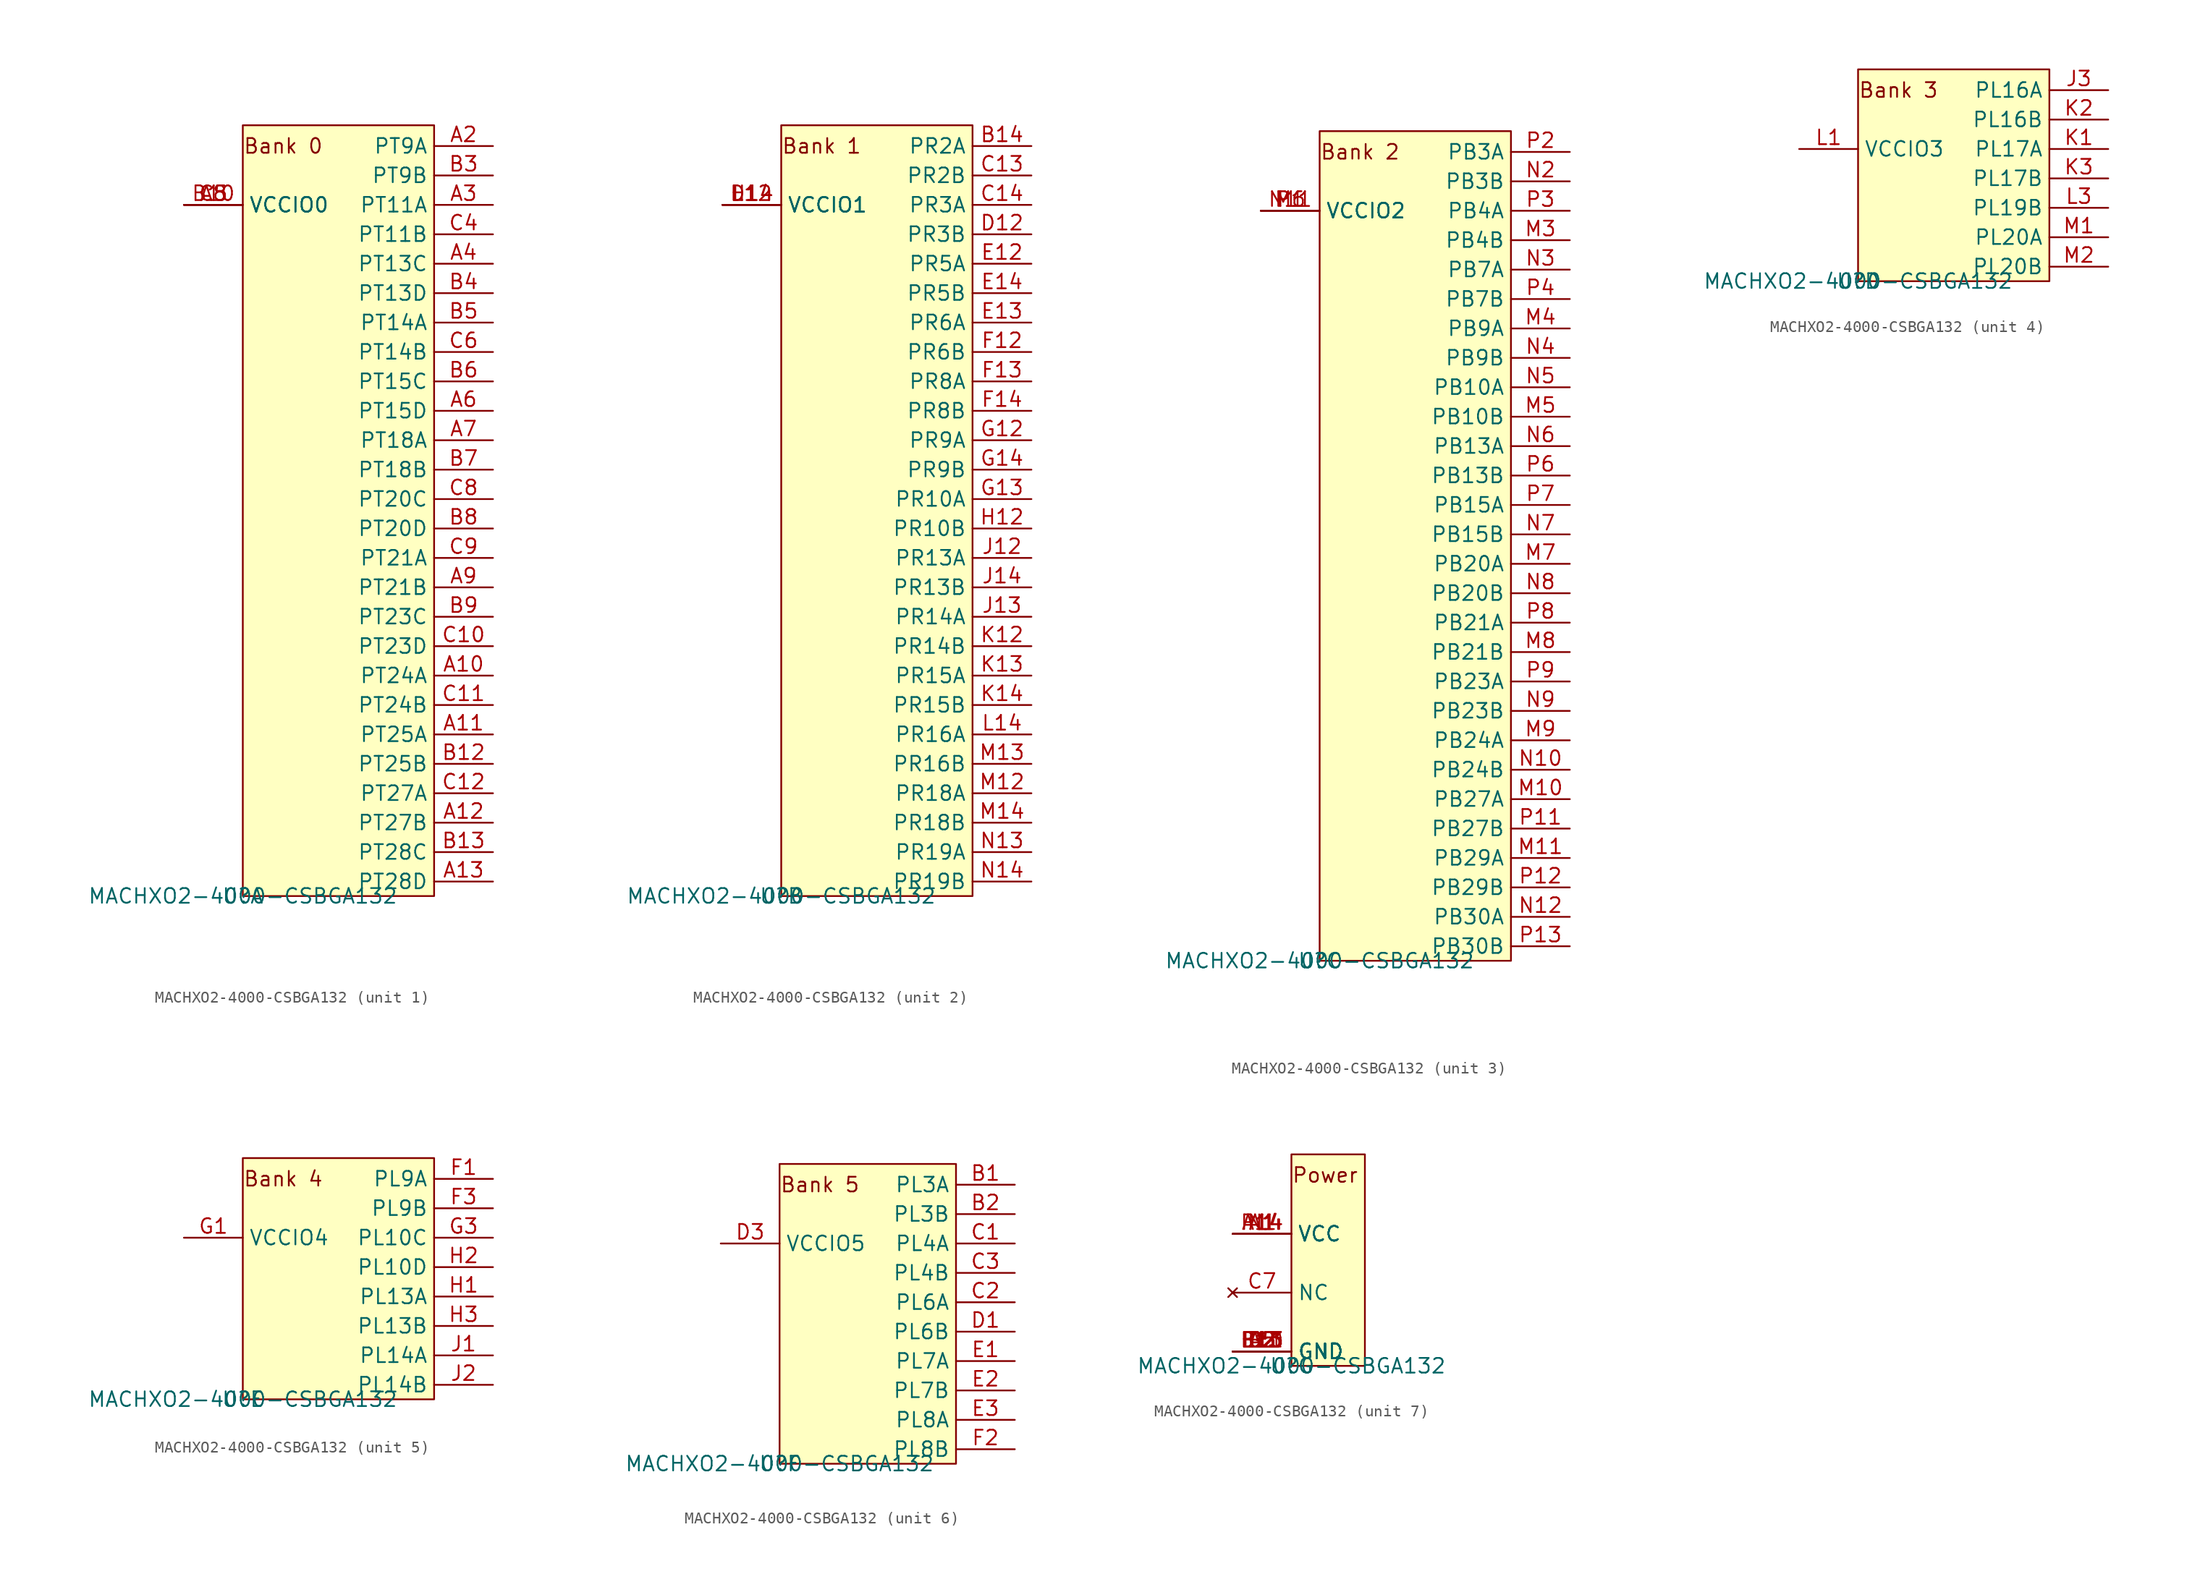
<source format=kicad_sym>
(kicad_symbol_lib
  (version 20211014)
  (generator kicad_symbol_editor)
  (symbol "MACHXO2-4000-CSBGA132"
    (property "Reference" "U"
      (at 0 0 0)
      (effects (font (size 1.27 1.27))))
    (property "Value" "MACHXO2-4000-CSBGA132"
      (at 0 0 0)
      (effects (font (size 1.27 1.27))))
    (property "ki_locked" ""
      (at 0 0 0)
      (effects (font (size 1.27 1.27))))
    (symbol "MACHXO2-4000-CSBGA132_1_0"
      (pin power_in line (at -5.08 59.674 0) (length 5.08) (name "VCCIO0" (effects (font (size 1.27 1.27)))) (number "B10" (effects (font (size 1.27 1.27)))))
      (pin power_in line (at -5.08 59.674 0) (length 5.08) (name "VCCIO0" (effects (font (size 1.27 1.27)))) (number "A8" (effects (font (size 1.27 1.27)))))
      (pin power_in line (at -5.08 59.674 0) (length 5.08) (name "VCCIO0" (effects (font (size 1.27 1.27)))) (number "C5" (effects (font (size 1.27 1.27)))))
      (pin bidirectional line (at 21.59 64.754 180) (length 5.08) (name "PT9A" (effects (font (size 1.27 1.27)))) (number "A2" (effects (font (size 1.27 1.27)))))
      (pin bidirectional line (at 21.59 62.214 180) (length 5.08) (name "PT9B" (effects (font (size 1.27 1.27)))) (number "B3" (effects (font (size 1.27 1.27)))))
      (pin bidirectional line (at 21.59 59.674 180) (length 5.08) (name "PT11A" (effects (font (size 1.27 1.27)))) (number "A3" (effects (font (size 1.27 1.27)))))
      (pin bidirectional line (at 21.59 57.134 180) (length 5.08) (name "PT11B" (effects (font (size 1.27 1.27)))) (number "C4" (effects (font (size 1.27 1.27)))))
      (pin bidirectional line (at 21.59 54.594 180) (length 5.08) (name "PT13C" (effects (font (size 1.27 1.27)))) (number "A4" (effects (font (size 1.27 1.27)))))
      (pin bidirectional line (at 21.59 52.054 180) (length 5.08) (name "PT13D" (effects (font (size 1.27 1.27)))) (number "B4" (effects (font (size 1.27 1.27)))))
      (pin bidirectional line (at 21.59 49.514 180) (length 5.08) (name "PT14A" (effects (font (size 1.27 1.27)))) (number "B5" (effects (font (size 1.27 1.27)))))
      (pin bidirectional line (at 21.59 46.974 180) (length 5.08) (name "PT14B" (effects (font (size 1.27 1.27)))) (number "C6" (effects (font (size 1.27 1.27)))))
      (pin bidirectional line (at 21.59 44.434 180) (length 5.08) (name "PT15C" (effects (font (size 1.27 1.27)))) (number "B6" (effects (font (size 1.27 1.27)))))
      (pin bidirectional line (at 21.59 41.894 180) (length 5.08) (name "PT15D" (effects (font (size 1.27 1.27)))) (number "A6" (effects (font (size 1.27 1.27)))))
      (pin bidirectional line (at 21.59 39.354 180) (length 5.08) (name "PT18A" (effects (font (size 1.27 1.27)))) (number "A7" (effects (font (size 1.27 1.27)))))
      (pin bidirectional line (at 21.59 36.814 180) (length 5.08) (name "PT18B" (effects (font (size 1.27 1.27)))) (number "B7" (effects (font (size 1.27 1.27)))))
      (pin bidirectional line (at 21.59 34.274 180) (length 5.08) (name "PT20C" (effects (font (size 1.27 1.27)))) (number "C8" (effects (font (size 1.27 1.27)))))
      (pin bidirectional line (at 21.59 31.734 180) (length 5.08) (name "PT20D" (effects (font (size 1.27 1.27)))) (number "B8" (effects (font (size 1.27 1.27)))))
      (pin bidirectional line (at 21.59 29.194 180) (length 5.08) (name "PT21A" (effects (font (size 1.27 1.27)))) (number "C9" (effects (font (size 1.27 1.27)))))
      (pin bidirectional line (at 21.59 26.654 180) (length 5.08) (name "PT21B" (effects (font (size 1.27 1.27)))) (number "A9" (effects (font (size 1.27 1.27)))))
      (pin bidirectional line (at 21.59 24.114 180) (length 5.08) (name "PT23C" (effects (font (size 1.27 1.27)))) (number "B9" (effects (font (size 1.27 1.27)))))
      (pin bidirectional line (at 21.59 21.574 180) (length 5.08) (name "PT23D" (effects (font (size 1.27 1.27)))) (number "C10" (effects (font (size 1.27 1.27)))))
      (pin bidirectional line (at 21.59 19.034 180) (length 5.08) (name "PT24A" (effects (font (size 1.27 1.27)))) (number "A10" (effects (font (size 1.27 1.27)))))
      (pin bidirectional line (at 21.59 16.494 180) (length 5.08) (name "PT24B" (effects (font (size 1.27 1.27)))) (number "C11" (effects (font (size 1.27 1.27)))))
      (pin bidirectional line (at 21.59 13.954 180) (length 5.08) (name "PT25A" (effects (font (size 1.27 1.27)))) (number "A11" (effects (font (size 1.27 1.27)))))
      (pin bidirectional line (at 21.59 11.414 180) (length 5.08) (name "PT25B" (effects (font (size 1.27 1.27)))) (number "B12" (effects (font (size 1.27 1.27)))))
      (pin bidirectional line (at 21.59 8.874 180) (length 5.08) (name "PT27A" (effects (font (size 1.27 1.27)))) (number "C12" (effects (font (size 1.27 1.27)))))
      (pin bidirectional line (at 21.59 6.334 180) (length 5.08) (name "PT27B" (effects (font (size 1.27 1.27)))) (number "A12" (effects (font (size 1.27 1.27)))))
      (pin bidirectional line (at 21.59 3.794 180) (length 5.08) (name "PT28C" (effects (font (size 1.27 1.27)))) (number "B13" (effects (font (size 1.27 1.27)))))
      (pin bidirectional line (at 21.59 1.254 180) (length 5.08) (name "PT28D" (effects (font (size 1.27 1.27)))) (number "A13" (effects (font (size 1.27 1.27))))))
    (symbol "MACHXO2-4000-CSBGA132_1_1"
      (rectangle (start 0 0) (end 16.51 66.548) (stroke (width 0) (type default) (color 0 0 0 0)) (fill (type background)))
      (text "Bank 0" (at 0 64.754 0) (effects (font (size 1.27 1.27)) (justify left))))
    (symbol "MACHXO2-4000-CSBGA132_2_0"
      (pin power_in line (at -5.08 59.674 0) (length 5.08) (name "VCCIO1" (effects (font (size 1.27 1.27)))) (number "L12" (effects (font (size 1.27 1.27)))))
      (pin power_in line (at -5.08 59.674 0) (length 5.08) (name "VCCIO1" (effects (font (size 1.27 1.27)))) (number "H14" (effects (font (size 1.27 1.27)))))
      (pin power_in line (at -5.08 59.674 0) (length 5.08) (name "VCCIO1" (effects (font (size 1.27 1.27)))) (number "D14" (effects (font (size 1.27 1.27)))))
      (pin bidirectional line (at 21.59 64.754 180) (length 5.08) (name "PR2A" (effects (font (size 1.27 1.27)))) (number "B14" (effects (font (size 1.27 1.27)))))
      (pin bidirectional line (at 21.59 62.214 180) (length 5.08) (name "PR2B" (effects (font (size 1.27 1.27)))) (number "C13" (effects (font (size 1.27 1.27)))))
      (pin bidirectional line (at 21.59 59.674 180) (length 5.08) (name "PR3A" (effects (font (size 1.27 1.27)))) (number "C14" (effects (font (size 1.27 1.27)))))
      (pin bidirectional line (at 21.59 57.134 180) (length 5.08) (name "PR3B" (effects (font (size 1.27 1.27)))) (number "D12" (effects (font (size 1.27 1.27)))))
      (pin bidirectional line (at 21.59 54.594 180) (length 5.08) (name "PR5A" (effects (font (size 1.27 1.27)))) (number "E12" (effects (font (size 1.27 1.27)))))
      (pin bidirectional line (at 21.59 52.054 180) (length 5.08) (name "PR5B" (effects (font (size 1.27 1.27)))) (number "E14" (effects (font (size 1.27 1.27)))))
      (pin bidirectional line (at 21.59 49.514 180) (length 5.08) (name "PR6A" (effects (font (size 1.27 1.27)))) (number "E13" (effects (font (size 1.27 1.27)))))
      (pin bidirectional line (at 21.59 46.974 180) (length 5.08) (name "PR6B" (effects (font (size 1.27 1.27)))) (number "F12" (effects (font (size 1.27 1.27)))))
      (pin bidirectional line (at 21.59 44.434 180) (length 5.08) (name "PR8A" (effects (font (size 1.27 1.27)))) (number "F13" (effects (font (size 1.27 1.27)))))
      (pin bidirectional line (at 21.59 41.894 180) (length 5.08) (name "PR8B" (effects (font (size 1.27 1.27)))) (number "F14" (effects (font (size 1.27 1.27)))))
      (pin bidirectional line (at 21.59 39.354 180) (length 5.08) (name "PR9A" (effects (font (size 1.27 1.27)))) (number "G12" (effects (font (size 1.27 1.27)))))
      (pin bidirectional line (at 21.59 36.814 180) (length 5.08) (name "PR9B" (effects (font (size 1.27 1.27)))) (number "G14" (effects (font (size 1.27 1.27)))))
      (pin bidirectional line (at 21.59 34.274 180) (length 5.08) (name "PR10A" (effects (font (size 1.27 1.27)))) (number "G13" (effects (font (size 1.27 1.27)))))
      (pin bidirectional line (at 21.59 31.734 180) (length 5.08) (name "PR10B" (effects (font (size 1.27 1.27)))) (number "H12" (effects (font (size 1.27 1.27)))))
      (pin bidirectional line (at 21.59 29.194 180) (length 5.08) (name "PR13A" (effects (font (size 1.27 1.27)))) (number "J12" (effects (font (size 1.27 1.27)))))
      (pin bidirectional line (at 21.59 26.654 180) (length 5.08) (name "PR13B" (effects (font (size 1.27 1.27)))) (number "J14" (effects (font (size 1.27 1.27)))))
      (pin bidirectional line (at 21.59 24.114 180) (length 5.08) (name "PR14A" (effects (font (size 1.27 1.27)))) (number "J13" (effects (font (size 1.27 1.27)))))
      (pin bidirectional line (at 21.59 21.574 180) (length 5.08) (name "PR14B" (effects (font (size 1.27 1.27)))) (number "K12" (effects (font (size 1.27 1.27)))))
      (pin bidirectional line (at 21.59 19.034 180) (length 5.08) (name "PR15A" (effects (font (size 1.27 1.27)))) (number "K13" (effects (font (size 1.27 1.27)))))
      (pin bidirectional line (at 21.59 16.494 180) (length 5.08) (name "PR15B" (effects (font (size 1.27 1.27)))) (number "K14" (effects (font (size 1.27 1.27)))))
      (pin bidirectional line (at 21.59 13.954 180) (length 5.08) (name "PR16A" (effects (font (size 1.27 1.27)))) (number "L14" (effects (font (size 1.27 1.27)))))
      (pin bidirectional line (at 21.59 11.414 180) (length 5.08) (name "PR16B" (effects (font (size 1.27 1.27)))) (number "M13" (effects (font (size 1.27 1.27)))))
      (pin bidirectional line (at 21.59 8.874 180) (length 5.08) (name "PR18A" (effects (font (size 1.27 1.27)))) (number "M12" (effects (font (size 1.27 1.27)))))
      (pin bidirectional line (at 21.59 6.334 180) (length 5.08) (name "PR18B" (effects (font (size 1.27 1.27)))) (number "M14" (effects (font (size 1.27 1.27)))))
      (pin bidirectional line (at 21.59 3.794 180) (length 5.08) (name "PR19A" (effects (font (size 1.27 1.27)))) (number "N13" (effects (font (size 1.27 1.27)))))
      (pin bidirectional line (at 21.59 1.254 180) (length 5.08) (name "PR19B" (effects (font (size 1.27 1.27)))) (number "N14" (effects (font (size 1.27 1.27))))))
    (symbol "MACHXO2-4000-CSBGA132_2_1"
      (rectangle (start 0 0) (end 16.51 66.548) (stroke (width 0) (type default) (color 0 0 0 0)) (fill (type background)))
      (text "Bank 1" (at 0 64.754 0) (effects (font (size 1.27 1.27)) (justify left))))
    (symbol "MACHXO2-4000-CSBGA132_3_0"
      (pin power_in line (at -5.08 64.754 0) (length 5.08) (name "VCCIO2" (effects (font (size 1.27 1.27)))) (number "P1" (effects (font (size 1.27 1.27)))))
      (pin power_in line (at -5.08 64.754 0) (length 5.08) (name "VCCIO2" (effects (font (size 1.27 1.27)))) (number "M6" (effects (font (size 1.27 1.27)))))
      (pin power_in line (at -5.08 64.754 0) (length 5.08) (name "VCCIO2" (effects (font (size 1.27 1.27)))) (number "N11" (effects (font (size 1.27 1.27)))))
      (pin bidirectional line (at 21.59 69.834 180) (length 5.08) (name "PB3A" (effects (font (size 1.27 1.27)))) (number "P2" (effects (font (size 1.27 1.27)))))
      (pin bidirectional line (at 21.59 67.294 180) (length 5.08) (name "PB3B" (effects (font (size 1.27 1.27)))) (number "N2" (effects (font (size 1.27 1.27)))))
      (pin bidirectional line (at 21.59 64.754 180) (length 5.08) (name "PB4A" (effects (font (size 1.27 1.27)))) (number "P3" (effects (font (size 1.27 1.27)))))
      (pin bidirectional line (at 21.59 62.214 180) (length 5.08) (name "PB4B" (effects (font (size 1.27 1.27)))) (number "M3" (effects (font (size 1.27 1.27)))))
      (pin bidirectional line (at 21.59 59.674 180) (length 5.08) (name "PB7A" (effects (font (size 1.27 1.27)))) (number "N3" (effects (font (size 1.27 1.27)))))
      (pin bidirectional line (at 21.59 57.134 180) (length 5.08) (name "PB7B" (effects (font (size 1.27 1.27)))) (number "P4" (effects (font (size 1.27 1.27)))))
      (pin bidirectional line (at 21.59 54.594 180) (length 5.08) (name "PB9A" (effects (font (size 1.27 1.27)))) (number "M4" (effects (font (size 1.27 1.27)))))
      (pin bidirectional line (at 21.59 52.054 180) (length 5.08) (name "PB9B" (effects (font (size 1.27 1.27)))) (number "N4" (effects (font (size 1.27 1.27)))))
      (pin bidirectional line (at 21.59 49.514 180) (length 5.08) (name "PB10A" (effects (font (size 1.27 1.27)))) (number "N5" (effects (font (size 1.27 1.27)))))
      (pin bidirectional line (at 21.59 46.974 180) (length 5.08) (name "PB10B" (effects (font (size 1.27 1.27)))) (number "M5" (effects (font (size 1.27 1.27)))))
      (pin bidirectional line (at 21.59 44.434 180) (length 5.08) (name "PB13A" (effects (font (size 1.27 1.27)))) (number "N6" (effects (font (size 1.27 1.27)))))
      (pin bidirectional line (at 21.59 41.894 180) (length 5.08) (name "PB13B" (effects (font (size 1.27 1.27)))) (number "P6" (effects (font (size 1.27 1.27)))))
      (pin bidirectional line (at 21.59 39.354 180) (length 5.08) (name "PB15A" (effects (font (size 1.27 1.27)))) (number "P7" (effects (font (size 1.27 1.27)))))
      (pin bidirectional line (at 21.59 36.814 180) (length 5.08) (name "PB15B" (effects (font (size 1.27 1.27)))) (number "N7" (effects (font (size 1.27 1.27)))))
      (pin bidirectional line (at 21.59 34.274 180) (length 5.08) (name "PB20A" (effects (font (size 1.27 1.27)))) (number "M7" (effects (font (size 1.27 1.27)))))
      (pin bidirectional line (at 21.59 31.734 180) (length 5.08) (name "PB20B" (effects (font (size 1.27 1.27)))) (number "N8" (effects (font (size 1.27 1.27)))))
      (pin bidirectional line (at 21.59 29.194 180) (length 5.08) (name "PB21A" (effects (font (size 1.27 1.27)))) (number "P8" (effects (font (size 1.27 1.27)))))
      (pin bidirectional line (at 21.59 26.654 180) (length 5.08) (name "PB21B" (effects (font (size 1.27 1.27)))) (number "M8" (effects (font (size 1.27 1.27)))))
      (pin bidirectional line (at 21.59 24.114 180) (length 5.08) (name "PB23A" (effects (font (size 1.27 1.27)))) (number "P9" (effects (font (size 1.27 1.27)))))
      (pin bidirectional line (at 21.59 21.574 180) (length 5.08) (name "PB23B" (effects (font (size 1.27 1.27)))) (number "N9" (effects (font (size 1.27 1.27)))))
      (pin bidirectional line (at 21.59 19.034 180) (length 5.08) (name "PB24A" (effects (font (size 1.27 1.27)))) (number "M9" (effects (font (size 1.27 1.27)))))
      (pin bidirectional line (at 21.59 16.494 180) (length 5.08) (name "PB24B" (effects (font (size 1.27 1.27)))) (number "N10" (effects (font (size 1.27 1.27)))))
      (pin bidirectional line (at 21.59 13.954 180) (length 5.08) (name "PB27A" (effects (font (size 1.27 1.27)))) (number "M10" (effects (font (size 1.27 1.27)))))
      (pin bidirectional line (at 21.59 11.414 180) (length 5.08) (name "PB27B" (effects (font (size 1.27 1.27)))) (number "P11" (effects (font (size 1.27 1.27)))))
      (pin bidirectional line (at 21.59 8.874 180) (length 5.08) (name "PB29A" (effects (font (size 1.27 1.27)))) (number "M11" (effects (font (size 1.27 1.27)))))
      (pin bidirectional line (at 21.59 6.334 180) (length 5.08) (name "PB29B" (effects (font (size 1.27 1.27)))) (number "P12" (effects (font (size 1.27 1.27)))))
      (pin bidirectional line (at 21.59 3.794 180) (length 5.08) (name "PB30A" (effects (font (size 1.27 1.27)))) (number "N12" (effects (font (size 1.27 1.27)))))
      (pin bidirectional line (at 21.59 1.254 180) (length 5.08) (name "PB30B" (effects (font (size 1.27 1.27)))) (number "P13" (effects (font (size 1.27 1.27))))))
    (symbol "MACHXO2-4000-CSBGA132_3_1"
      (rectangle (start 0 0) (end 16.51 71.628) (stroke (width 0) (type default) (color 0 0 0 0)) (fill (type background)))
      (text "Bank 2" (at 0 69.834 0) (effects (font (size 1.27 1.27)) (justify left))))
    (symbol "MACHXO2-4000-CSBGA132_4_0"
      (pin power_in line (at -5.08 11.414 0) (length 5.08) (name "VCCIO3" (effects (font (size 1.27 1.27)))) (number "L1" (effects (font (size 1.27 1.27)))))
      (pin bidirectional line (at 21.59 16.494 180) (length 5.08) (name "PL16A" (effects (font (size 1.27 1.27)))) (number "J3" (effects (font (size 1.27 1.27)))))
      (pin bidirectional line (at 21.59 13.954 180) (length 5.08) (name "PL16B" (effects (font (size 1.27 1.27)))) (number "K2" (effects (font (size 1.27 1.27)))))
      (pin bidirectional line (at 21.59 11.414 180) (length 5.08) (name "PL17A" (effects (font (size 1.27 1.27)))) (number "K1" (effects (font (size 1.27 1.27)))))
      (pin bidirectional line (at 21.59 8.874 180) (length 5.08) (name "PL17B" (effects (font (size 1.27 1.27)))) (number "K3" (effects (font (size 1.27 1.27)))))
      (pin bidirectional line (at 21.59 6.334 180) (length 5.08) (name "PL19B" (effects (font (size 1.27 1.27)))) (number "L3" (effects (font (size 1.27 1.27)))))
      (pin bidirectional line (at 21.59 3.794 180) (length 5.08) (name "PL20A" (effects (font (size 1.27 1.27)))) (number "M1" (effects (font (size 1.27 1.27)))))
      (pin bidirectional line (at 21.59 1.254 180) (length 5.08) (name "PL20B" (effects (font (size 1.27 1.27)))) (number "M2" (effects (font (size 1.27 1.27))))))
    (symbol "MACHXO2-4000-CSBGA132_4_1"
      (rectangle (start 0 0) (end 16.51 18.288) (stroke (width 0) (type default) (color 0 0 0 0)) (fill (type background)))
      (text "Bank 3" (at 0 16.494 0) (effects (font (size 1.27 1.27)) (justify left))))
    (symbol "MACHXO2-4000-CSBGA132_5_0"
      (pin power_in line (at -5.08 13.954 0) (length 5.08) (name "VCCIO4" (effects (font (size 1.27 1.27)))) (number "G1" (effects (font (size 1.27 1.27)))))
      (pin bidirectional line (at 21.59 19.034 180) (length 5.08) (name "PL9A" (effects (font (size 1.27 1.27)))) (number "F1" (effects (font (size 1.27 1.27)))))
      (pin bidirectional line (at 21.59 16.494 180) (length 5.08) (name "PL9B" (effects (font (size 1.27 1.27)))) (number "F3" (effects (font (size 1.27 1.27)))))
      (pin bidirectional line (at 21.59 13.954 180) (length 5.08) (name "PL10C" (effects (font (size 1.27 1.27)))) (number "G3" (effects (font (size 1.27 1.27)))))
      (pin bidirectional line (at 21.59 11.414 180) (length 5.08) (name "PL10D" (effects (font (size 1.27 1.27)))) (number "H2" (effects (font (size 1.27 1.27)))))
      (pin bidirectional line (at 21.59 8.874 180) (length 5.08) (name "PL13A" (effects (font (size 1.27 1.27)))) (number "H1" (effects (font (size 1.27 1.27)))))
      (pin bidirectional line (at 21.59 6.334 180) (length 5.08) (name "PL13B" (effects (font (size 1.27 1.27)))) (number "H3" (effects (font (size 1.27 1.27)))))
      (pin bidirectional line (at 21.59 3.794 180) (length 5.08) (name "PL14A" (effects (font (size 1.27 1.27)))) (number "J1" (effects (font (size 1.27 1.27)))))
      (pin bidirectional line (at 21.59 1.254 180) (length 5.08) (name "PL14B" (effects (font (size 1.27 1.27)))) (number "J2" (effects (font (size 1.27 1.27))))))
    (symbol "MACHXO2-4000-CSBGA132_5_1"
      (rectangle (start 0 0) (end 16.51 20.828) (stroke (width 0) (type default) (color 0 0 0 0)) (fill (type background)))
      (text "Bank 4" (at 0 19.034 0) (effects (font (size 1.27 1.27)) (justify left))))
    (symbol "MACHXO2-4000-CSBGA132_6_0"
      (pin power_in line (at -5.08 19.034 0) (length 5.08) (name "VCCIO5" (effects (font (size 1.27 1.27)))) (number "D3" (effects (font (size 1.27 1.27)))))
      (pin bidirectional line (at 20.32 24.114 180) (length 5.08) (name "PL3A" (effects (font (size 1.27 1.27)))) (number "B1" (effects (font (size 1.27 1.27)))))
      (pin bidirectional line (at 20.32 21.574 180) (length 5.08) (name "PL3B" (effects (font (size 1.27 1.27)))) (number "B2" (effects (font (size 1.27 1.27)))))
      (pin bidirectional line (at 20.32 19.034 180) (length 5.08) (name "PL4A" (effects (font (size 1.27 1.27)))) (number "C1" (effects (font (size 1.27 1.27)))))
      (pin bidirectional line (at 20.32 16.494 180) (length 5.08) (name "PL4B" (effects (font (size 1.27 1.27)))) (number "C3" (effects (font (size 1.27 1.27)))))
      (pin bidirectional line (at 20.32 13.954 180) (length 5.08) (name "PL6A" (effects (font (size 1.27 1.27)))) (number "C2" (effects (font (size 1.27 1.27)))))
      (pin bidirectional line (at 20.32 11.414 180) (length 5.08) (name "PL6B" (effects (font (size 1.27 1.27)))) (number "D1" (effects (font (size 1.27 1.27)))))
      (pin bidirectional line (at 20.32 8.874 180) (length 5.08) (name "PL7A" (effects (font (size 1.27 1.27)))) (number "E1" (effects (font (size 1.27 1.27)))))
      (pin bidirectional line (at 20.32 6.334 180) (length 5.08) (name "PL7B" (effects (font (size 1.27 1.27)))) (number "E2" (effects (font (size 1.27 1.27)))))
      (pin bidirectional line (at 20.32 3.794 180) (length 5.08) (name "PL8A" (effects (font (size 1.27 1.27)))) (number "E3" (effects (font (size 1.27 1.27)))))
      (pin bidirectional line (at 20.32 1.254 180) (length 5.08) (name "PL8B" (effects (font (size 1.27 1.27)))) (number "F2" (effects (font (size 1.27 1.27))))))
    (symbol "MACHXO2-4000-CSBGA132_6_1"
      (rectangle (start 0 0) (end 15.24 25.908) (stroke (width 0) (type default) (color 0 0 0 0)) (fill (type background)))
      (text "Bank 5" (at 0 24.114 0) (effects (font (size 1.27 1.27)) (justify left))))
    (symbol "MACHXO2-4000-CSBGA132_7_0"
      (pin power_in line (at -5.08 11.414 0) (length 5.08) (name "VCC" (effects (font (size 1.27 1.27)))) (number "N1" (effects (font (size 1.27 1.27)))))
      (pin power_in line (at -5.08 11.414 0) (length 5.08) (name "VCC" (effects (font (size 1.27 1.27)))) (number "P14" (effects (font (size 1.27 1.27)))))
      (pin power_in line (at -5.08 11.414 0) (length 5.08) (name "VCC" (effects (font (size 1.27 1.27)))) (number "A14" (effects (font (size 1.27 1.27)))))
      (pin power_in line (at -5.08 11.414 0) (length 5.08) (name "VCC" (effects (font (size 1.27 1.27)))) (number "A1" (effects (font (size 1.27 1.27)))))
      (pin no_connect line (at -5.08 6.334 0) (length 5.08) (name "NC" (effects (font (size 1.27 1.27)))) (number "C7" (effects (font (size 1.27 1.27)))))
      (pin power_in line (at -5.08 1.254 0) (length 5.08) (name "GND" (effects (font (size 1.27 1.27)))) (number "D2" (effects (font (size 1.27 1.27)))))
      (pin power_in line (at -5.08 1.254 0) (length 5.08) (name "GND" (effects (font (size 1.27 1.27)))) (number "G2" (effects (font (size 1.27 1.27)))))
      (pin power_in line (at -5.08 1.254 0) (length 5.08) (name "GND" (effects (font (size 1.27 1.27)))) (number "L2" (effects (font (size 1.27 1.27)))))
      (pin power_in line (at -5.08 1.254 0) (length 5.08) (name "GND" (effects (font (size 1.27 1.27)))) (number "P5" (effects (font (size 1.27 1.27)))))
      (pin power_in line (at -5.08 1.254 0) (length 5.08) (name "GND" (effects (font (size 1.27 1.27)))) (number "P10" (effects (font (size 1.27 1.27)))))
      (pin power_in line (at -5.08 1.254 0) (length 5.08) (name "GND" (effects (font (size 1.27 1.27)))) (number "L13" (effects (font (size 1.27 1.27)))))
      (pin power_in line (at -5.08 1.254 0) (length 5.08) (name "GND" (effects (font (size 1.27 1.27)))) (number "H13" (effects (font (size 1.27 1.27)))))
      (pin power_in line (at -5.08 1.254 0) (length 5.08) (name "GND" (effects (font (size 1.27 1.27)))) (number "D13" (effects (font (size 1.27 1.27)))))
      (pin power_in line (at -5.08 1.254 0) (length 5.08) (name "GND" (effects (font (size 1.27 1.27)))) (number "B11" (effects (font (size 1.27 1.27)))))
      (pin power_in line (at -5.08 1.254 0) (length 5.08) (name "GND" (effects (font (size 1.27 1.27)))) (number "A5" (effects (font (size 1.27 1.27))))))
    (symbol "MACHXO2-4000-CSBGA132_7_1"
      (rectangle (start 0 0) (end 6.35 18.288) (stroke (width 0) (type default) (color 0 0 0 0)) (fill (type background)))
      (text "Power" (at 0 16.494 0) (effects (font (size 1.27 1.27)) (justify left))))))
</source>
